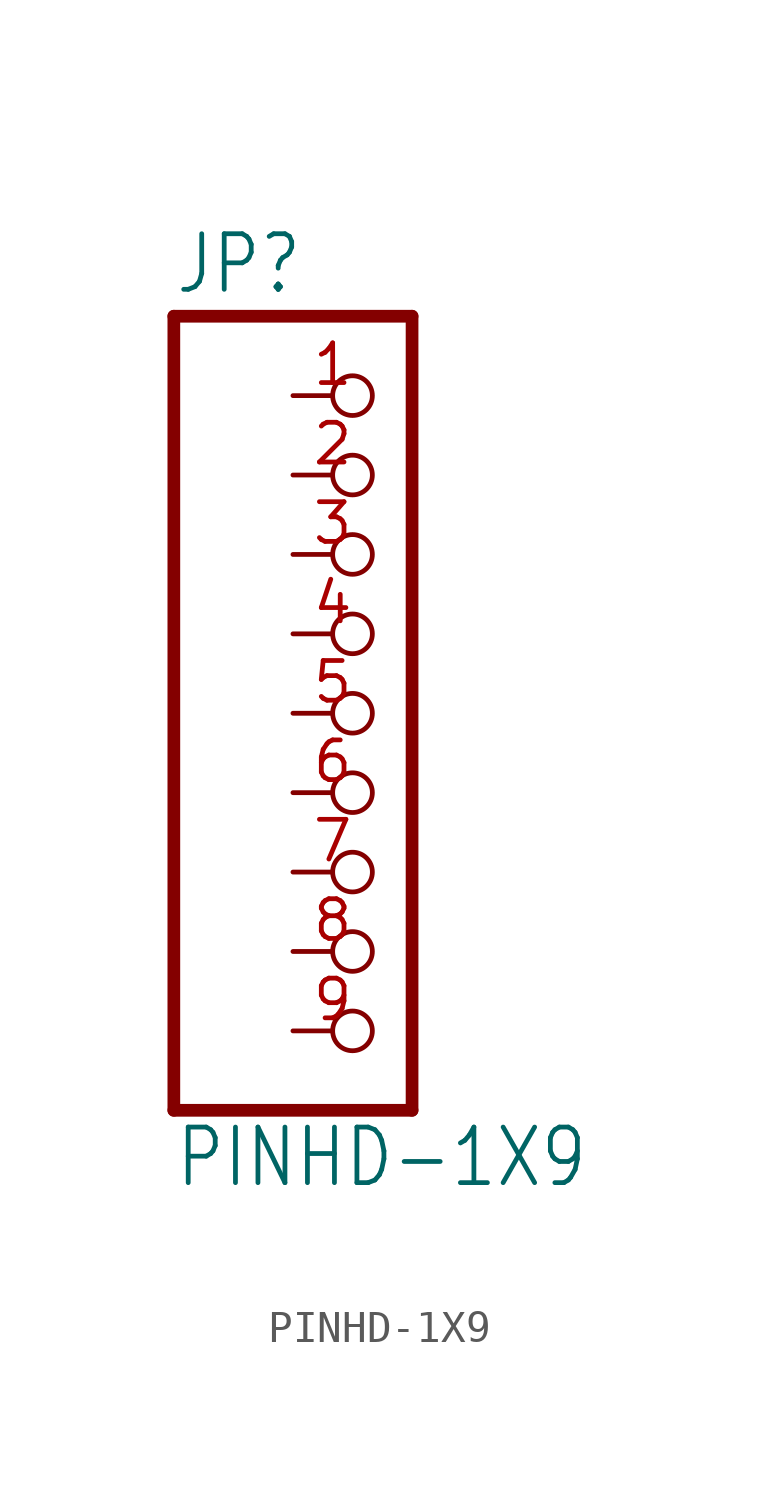
<source format=kicad_sym>
(kicad_symbol_lib
  (version 20211014)
  (generator kicad_symbol_editor)
  (symbol "PINHD-1X9"
    (property "Reference" "JP"
      (at -6.35 13.335 0)
      (effects (font (size 1.778 1.511)) (justify left bottom)))
    (property "Value" "PINHD-1X9"
      (at -6.35 -15.24 0)
      (effects (font (size 1.778 1.511)) (justify left bottom)))
    (property "ki_locked" ""
      (at 0 0 0)
      (effects (font (size 1.27 1.27))))
    (symbol "PINHD-1X9_1_0"
      (polyline (pts (xy -6.35 -12.7) (xy 1.27 -12.7)) (stroke (width 0.406) (type default) (color 0 0 0 0)) (fill (type none)))
      (polyline (pts (xy -6.35 12.7) (xy -6.35 -12.7)) (stroke (width 0.406) (type default) (color 0 0 0 0)) (fill (type none)))
      (polyline (pts (xy 1.27 -12.7) (xy 1.27 12.7)) (stroke (width 0.406) (type default) (color 0 0 0 0)) (fill (type none)))
      (polyline (pts (xy 1.27 12.7) (xy -6.35 12.7)) (stroke (width 0.406) (type default) (color 0 0 0 0)) (fill (type none)))
      (pin passive inverted (at -2.54 10.16 0) (length 2.54) (name "1" (effects (font (size 0 0)))) (number "1" (effects (font (size 1.27 1.27)))))
      (pin passive inverted (at -2.54 7.62 0) (length 2.54) (name "2" (effects (font (size 0 0)))) (number "2" (effects (font (size 1.27 1.27)))))
      (pin passive inverted (at -2.54 5.08 0) (length 2.54) (name "3" (effects (font (size 0 0)))) (number "3" (effects (font (size 1.27 1.27)))))
      (pin passive inverted (at -2.54 2.54 0) (length 2.54) (name "4" (effects (font (size 0 0)))) (number "4" (effects (font (size 1.27 1.27)))))
      (pin passive inverted (at -2.54 0 0) (length 2.54) (name "5" (effects (font (size 0 0)))) (number "5" (effects (font (size 1.27 1.27)))))
      (pin passive inverted (at -2.54 -2.54 0) (length 2.54) (name "6" (effects (font (size 0 0)))) (number "6" (effects (font (size 1.27 1.27)))))
      (pin passive inverted (at -2.54 -5.08 0) (length 2.54) (name "7" (effects (font (size 0 0)))) (number "7" (effects (font (size 1.27 1.27)))))
      (pin passive inverted (at -2.54 -7.62 0) (length 2.54) (name "8" (effects (font (size 0 0)))) (number "8" (effects (font (size 1.27 1.27)))))
      (pin passive inverted (at -2.54 -10.16 0) (length 2.54) (name "9" (effects (font (size 0 0)))) (number "9" (effects (font (size 1.27 1.27))))))))
</source>
